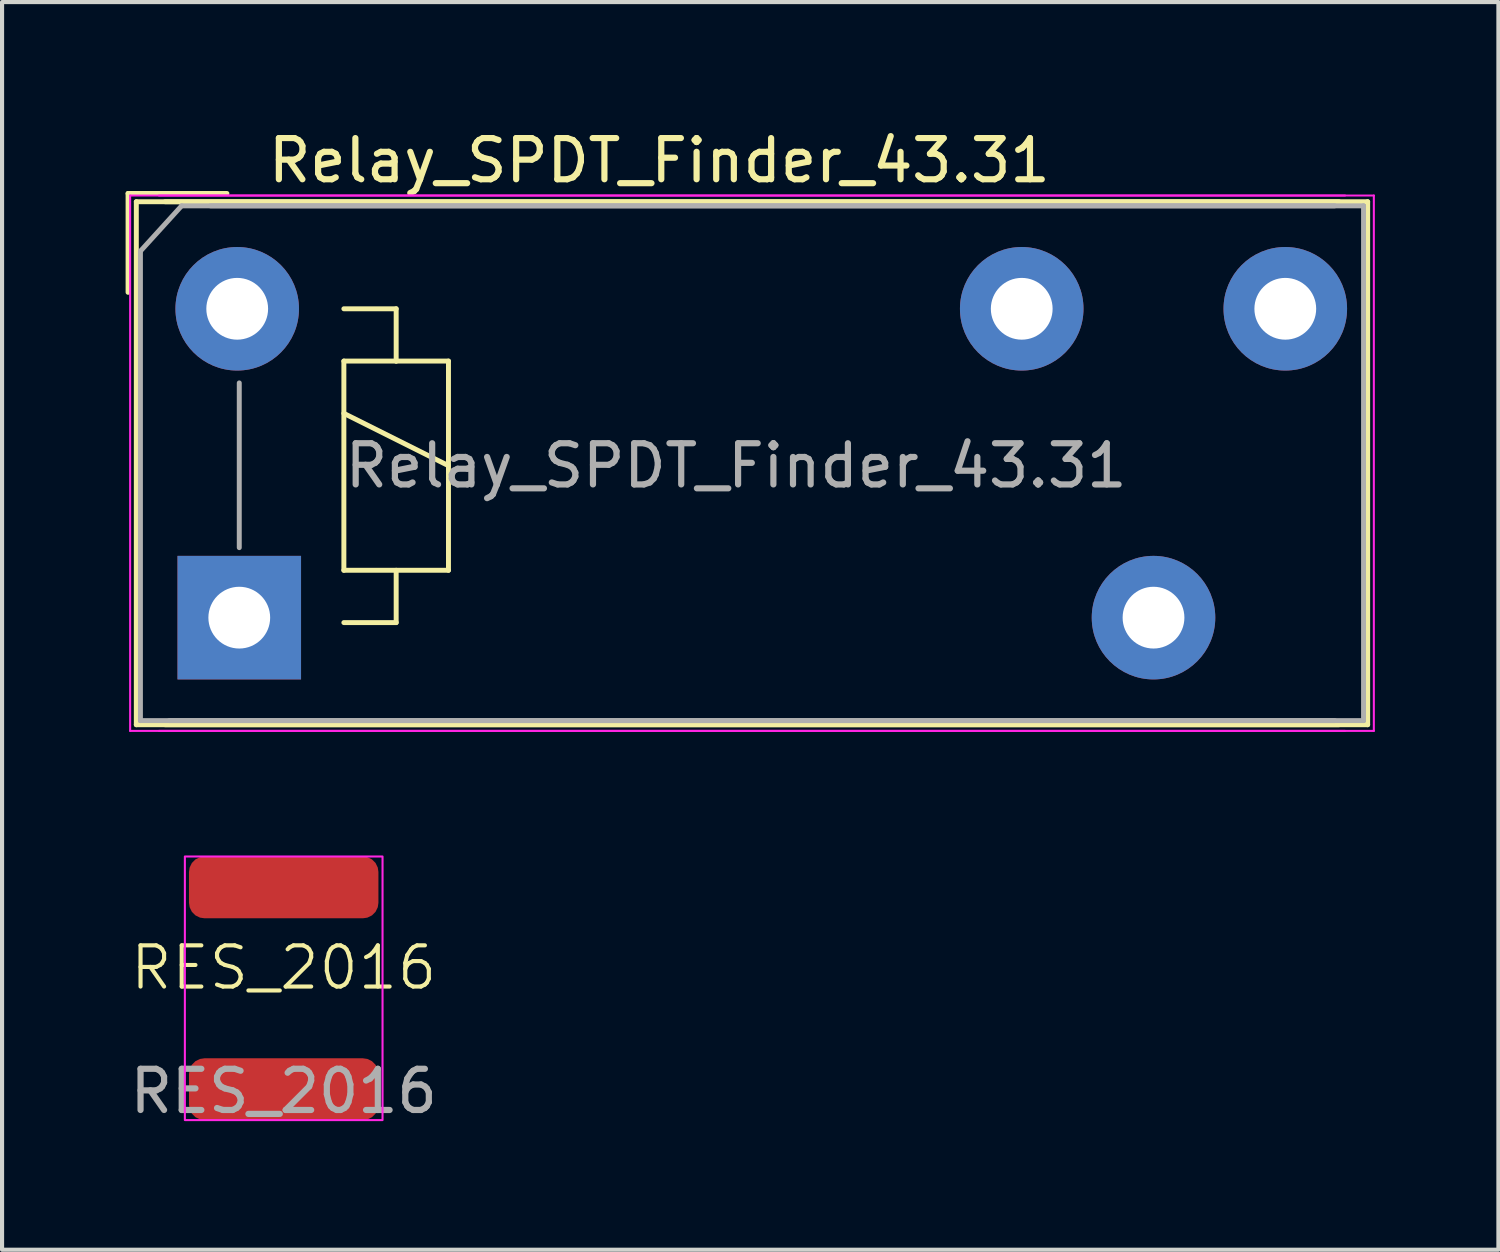
<source format=kicad_pcb>
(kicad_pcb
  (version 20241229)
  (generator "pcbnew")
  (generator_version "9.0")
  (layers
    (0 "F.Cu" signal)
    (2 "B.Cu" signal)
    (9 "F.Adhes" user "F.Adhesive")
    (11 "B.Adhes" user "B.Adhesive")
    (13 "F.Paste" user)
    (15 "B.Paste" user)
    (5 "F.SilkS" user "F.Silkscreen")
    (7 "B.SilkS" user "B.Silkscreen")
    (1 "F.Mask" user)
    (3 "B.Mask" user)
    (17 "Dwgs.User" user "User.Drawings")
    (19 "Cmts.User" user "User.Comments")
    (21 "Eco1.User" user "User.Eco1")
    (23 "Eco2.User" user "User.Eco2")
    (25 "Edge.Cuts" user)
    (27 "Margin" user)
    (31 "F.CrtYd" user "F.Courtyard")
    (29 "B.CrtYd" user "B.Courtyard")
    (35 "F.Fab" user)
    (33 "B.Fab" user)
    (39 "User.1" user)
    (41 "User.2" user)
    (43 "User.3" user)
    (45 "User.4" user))
  (footprint "RES_2016"
    (layer "F.Cu")
    (at 3.839 20.948)
    (property "Reference" "RES_2016" (at 0 -0.5 0) (unlocked yes) (layer "F.SilkS") (effects (font (size 1 1) (thickness 0.1))))
    (attr smd)
    (fp_rect (start -2.4 -3.2) (end 2.4 3.2) (stroke (width 0.05) (type default)) (fill no) (layer "F.CrtYd"))
    (fp_text user "${REFERENCE}" (at 0 2.5 0) (unlocked yes) (layer "F.Fab") (effects (font (size 1 1) (thickness 0.15))))
    (pad "1" smd roundrect (at 0 -2.45) (size 4.6 1.5) (layers "F.Cu" "F.Mask" "F.Paste") (roundrect_rratio 0.25))
    (pad "2" smd roundrect (at 0 2.45) (size 4.6 1.5) (layers "F.Cu" "F.Mask" "F.Paste") (roundrect_rratio 0.25)))
  (footprint "Relay_SPDT_Finder_43.31"
    (layer "F.Cu")
    (at 2.76 4.448)
    (property "Reference" "Relay_SPDT_Finder_43.31" (at 10.2 -3.6 0) (layer "F.SilkS") (effects (font (size 1 1) (thickness 0.15))))
    (attr through_hole)
    (fp_line (start -2.7 -0.4) (end -2.7 -2.8) (stroke (width 0.12) (type solid)) (layer "F.SilkS"))
    (fp_line (start -2.5 -2.6) (end 26.7 -2.6) (stroke (width 0.12) (type solid)) (layer "F.SilkS"))
    (fp_line (start -2.5 10.1) (end -2.5 -2.6) (stroke (width 0.12) (type solid)) (layer "F.SilkS"))
    (fp_line (start -1.8 -2.6) (end 27.4 -2.6) (stroke (width 0.12) (type solid)) (layer "F.SilkS"))
    (fp_line (start -0.3 -2.8) (end -2.7 -2.8) (stroke (width 0.12) (type solid)) (layer "F.SilkS"))
    (fp_line (start 2.54 0) (end 3.81 0) (stroke (width 0.12) (type solid)) (layer "F.SilkS"))
    (fp_line (start 2.54 1.27) (end 3.81 1.27) (stroke (width 0.12) (type solid)) (layer "F.SilkS"))
    (fp_line (start 2.54 2.54) (end 5.08 3.81) (stroke (width 0.12) (type solid)) (layer "F.SilkS"))
    (fp_line (start 2.54 6.35) (end 2.54 1.27) (stroke (width 0.12) (type solid)) (layer "F.SilkS"))
    (fp_line (start 3.81 0) (end 3.81 1.27) (stroke (width 0.12) (type solid)) (layer "F.SilkS"))
    (fp_line (start 3.81 1.27) (end 5.08 1.27) (stroke (width 0.12) (type solid)) (layer "F.SilkS"))
    (fp_line (start 3.81 6.35) (end 3.81 7.62) (stroke (width 0.12) (type solid)) (layer "F.SilkS"))
    (fp_line (start 3.81 7.62) (end 2.54 7.62) (stroke (width 0.12) (type solid)) (layer "F.SilkS"))
    (fp_line (start 5.08 1.27) (end 5.08 6.35) (stroke (width 0.12) (type solid)) (layer "F.SilkS"))
    (fp_line (start 5.08 6.35) (end 2.54 6.35) (stroke (width 0.12) (type solid)) (layer "F.SilkS"))
    (fp_line (start 26.7 10.1) (end -2.5 10.1) (stroke (width 0.12) (type solid)) (layer "F.SilkS"))
    (fp_line (start 27.4 -2.6) (end 27.4 10.1) (stroke (width 0.12) (type solid)) (layer "F.SilkS"))
    (fp_line (start 27.4 10.1) (end -1.8 10.1) (stroke (width 0.12) (type solid)) (layer "F.SilkS"))
    (fp_line (start -2.65 -2.75) (end -2.65 10.25) (stroke (width 0.05) (type solid)) (layer "F.CrtYd"))
    (fp_line (start -2.65 -2.75) (end 26.85 -2.75) (stroke (width 0.05) (type solid)) (layer "F.CrtYd"))
    (fp_line (start -1.95 -2.75) (end 27.55 -2.75) (stroke (width 0.05) (type solid)) (layer "F.CrtYd"))
    (fp_line (start 26.85 10.25) (end -2.65 10.25) (stroke (width 0.05) (type solid)) (layer "F.CrtYd"))
    (fp_line (start 27.55 10.25) (end -1.95 10.25) (stroke (width 0.05) (type solid)) (layer "F.CrtYd"))
    (fp_line (start 27.55 10.25) (end 27.55 -2.75) (stroke (width 0.05) (type solid)) (layer "F.CrtYd"))
    (fp_line (start -2.4 -1.4) (end -2.4 10) (stroke (width 0.12) (type solid)) (layer "F.Fab"))
    (fp_line (start -2.4 10) (end 26.6 10) (stroke (width 0.12) (type solid)) (layer "F.Fab"))
    (fp_line (start -1.7 10) (end 27.3 10) (stroke (width 0.12) (type solid)) (layer "F.Fab"))
    (fp_line (start -1.4 -2.5) (end -2.4 -1.4) (stroke (width 0.12) (type solid)) (layer "F.Fab"))
    (fp_line (start 0 1.8) (end 0 5.8) (stroke (width 0.12) (type solid)) (layer "F.Fab"))
    (fp_line (start 26.6 -2.5) (end -1.4 -2.5) (stroke (width 0.12) (type solid)) (layer "F.Fab"))
    (fp_line (start 27.3 -2.5) (end -0.7 -2.5) (stroke (width 0.12) (type solid)) (layer "F.Fab"))
    (fp_line (start 27.3 10) (end 27.3 -2.5) (stroke (width 0.12) (type solid)) (layer "F.Fab"))
    (fp_text user "${REFERENCE}" (at 12.065 3.81 0) (layer "F.Fab") (effects (font (size 1 1) (thickness 0.15))))
    (pad "11" thru_hole circle (at 22.2 7.5 180) (size 3 3) (drill 1.5) (layers "*.Cu" "*.Mask"))
    (pad "12" thru_hole circle (at 19 0 180) (size 3 3) (drill 1.5) (layers "*.Cu" "*.Mask"))
    (pad "14" thru_hole circle (at 25.4 0 180) (size 3 3) (drill 1.5) (layers "*.Cu" "*.Mask"))
    (pad "A1" thru_hole rect (at 0 7.5) (size 3 3) (drill 1.5) (layers "*.Cu" "*.Mask"))
    (pad "A2" thru_hole circle (at -0.05 0 180) (size 3 3) (drill 1.5) (layers "*.Cu" "*.Mask")))
  (gr_rect
    (start -3 -3)
    (end 33.335 27.297)
    (stroke (width 0.1) (type default))
    (fill no)
    (layer "Edge.Cuts")))
</source>
